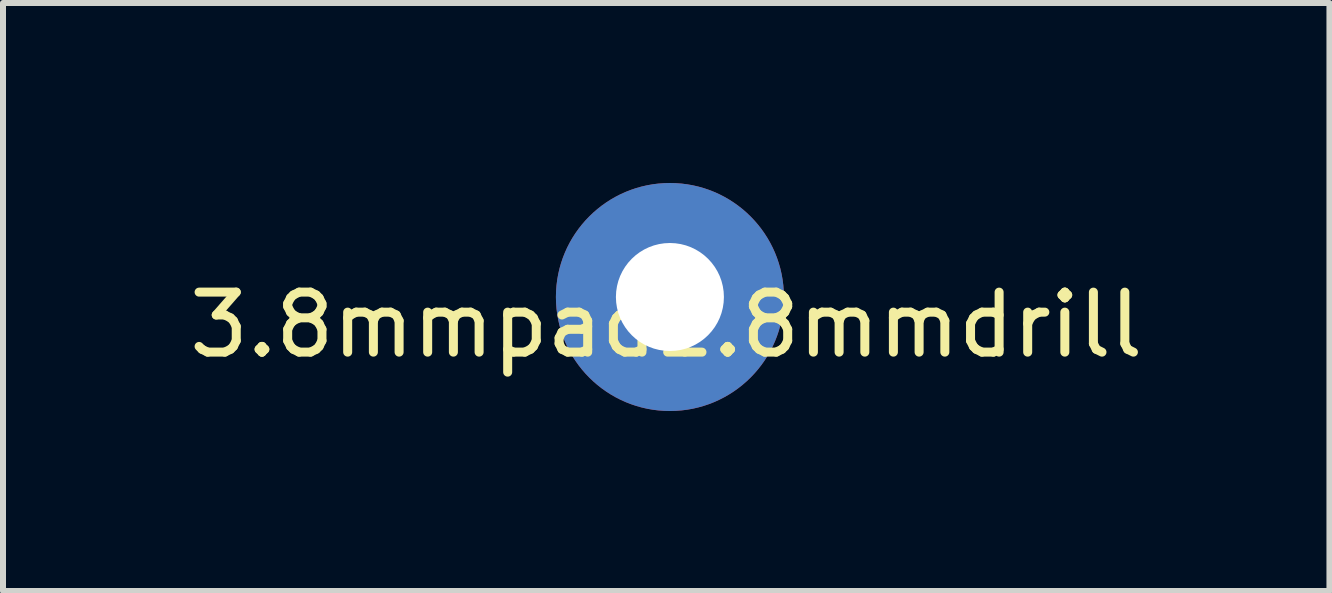
<source format=kicad_pcb>
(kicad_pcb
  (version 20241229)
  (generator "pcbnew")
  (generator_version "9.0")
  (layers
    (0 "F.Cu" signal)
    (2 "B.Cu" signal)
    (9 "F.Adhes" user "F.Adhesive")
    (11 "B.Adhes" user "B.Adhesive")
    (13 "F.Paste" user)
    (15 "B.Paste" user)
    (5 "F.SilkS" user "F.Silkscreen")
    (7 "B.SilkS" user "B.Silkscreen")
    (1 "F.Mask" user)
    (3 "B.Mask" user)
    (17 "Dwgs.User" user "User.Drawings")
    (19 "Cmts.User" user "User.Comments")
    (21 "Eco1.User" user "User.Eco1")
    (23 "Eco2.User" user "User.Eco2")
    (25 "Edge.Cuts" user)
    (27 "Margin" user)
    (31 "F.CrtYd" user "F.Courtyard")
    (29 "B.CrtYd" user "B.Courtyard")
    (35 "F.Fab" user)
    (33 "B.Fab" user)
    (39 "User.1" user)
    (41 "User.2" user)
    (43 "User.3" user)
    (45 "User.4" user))
  (footprint "3.8mmpad1.8mmdrill"
    (layer "F.Cu")
    (at 8.054 1.864)
    (property "Reference" "3.8mmpad1.8mmdrill" (at 0 0.5 0) (layer "F.SilkS") (effects (font (size 1 1) (thickness 0.15))))
    (attr through_hole)
    (pad "1" thru_hole circle (at 0.061 0.036) (size 3.8 3.8) (drill 1.8) (layers "*.Cu" "*.Mask")))
  (gr_rect
    (start -3 -3)
    (end 19.107 6.8)
    (stroke (width 0.1) (type default))
    (fill no)
    (layer "Edge.Cuts")))
</source>
